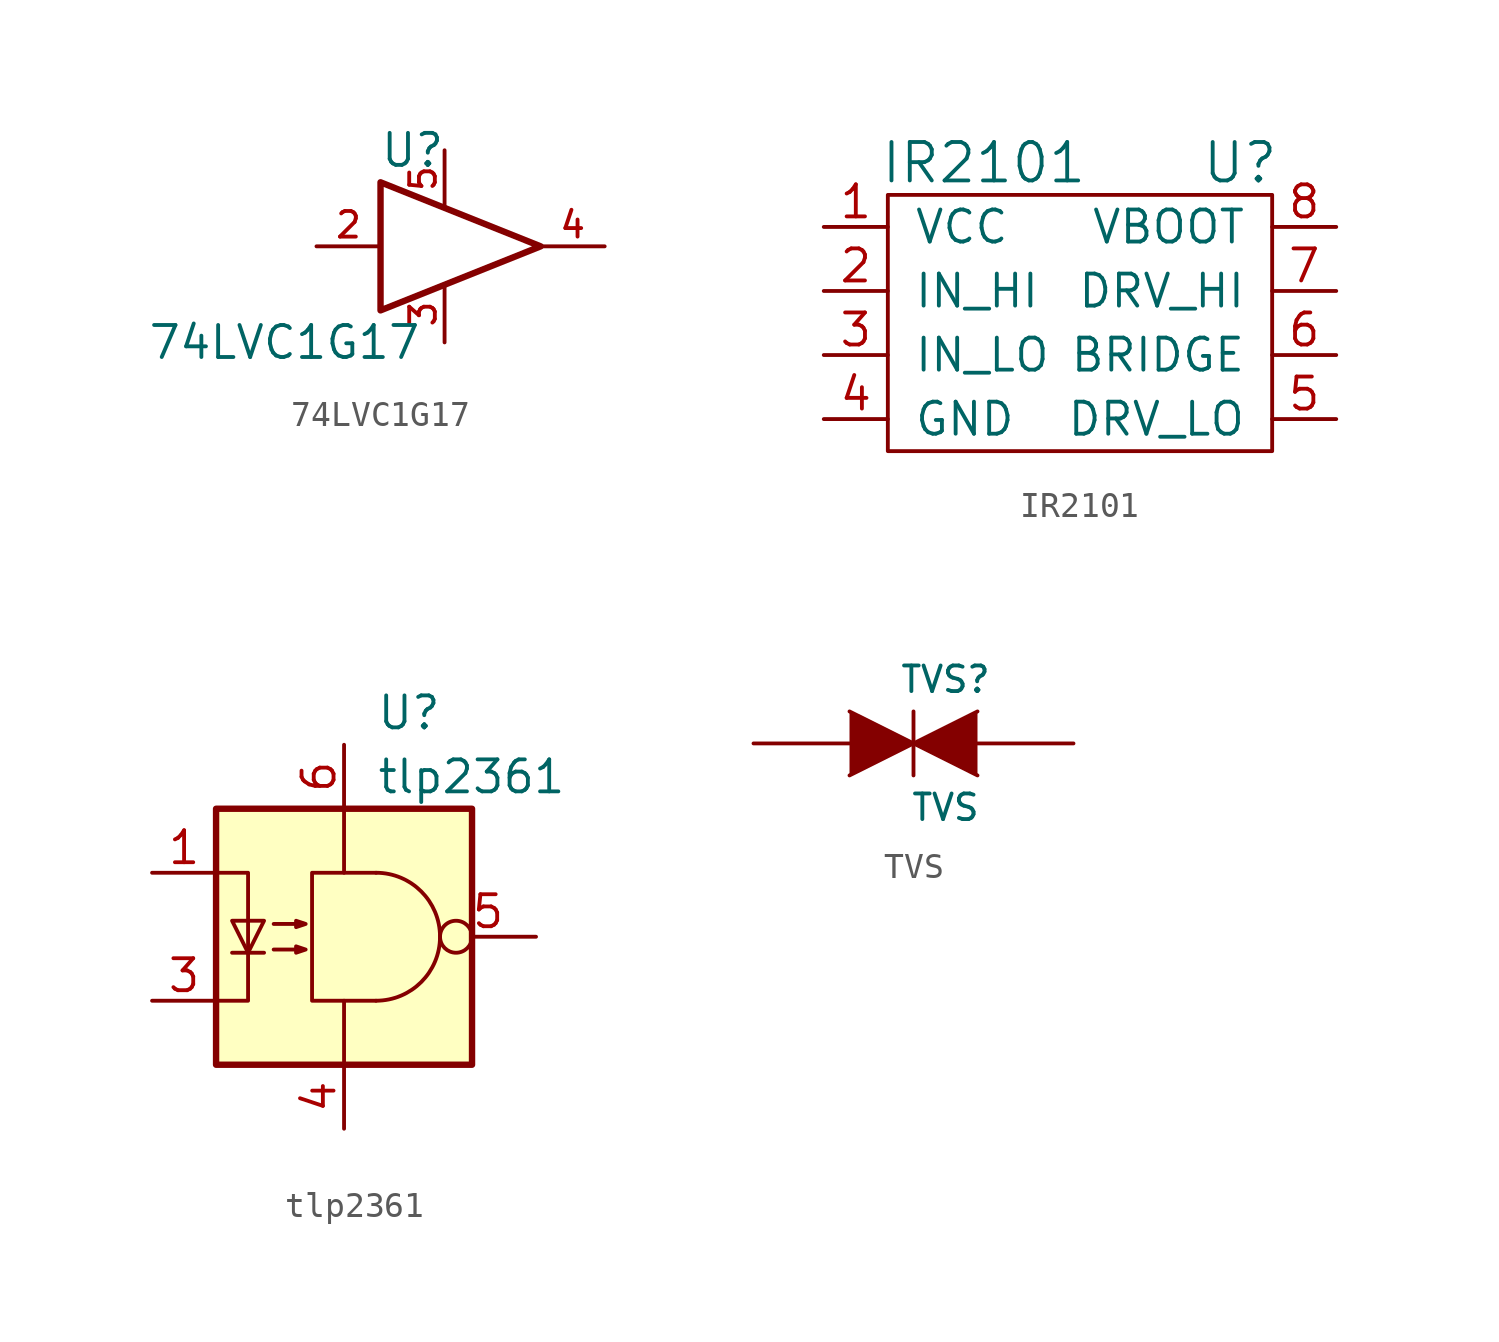
<source format=kicad_sym>
(kicad_symbol_lib
  (version 20231120)
  (generator "kicad_symbol_editor")
  (generator_version "8.0")
  (symbol "74LVC1G17"
    (pin_names
      (offset 1.016))
    (property "Reference" "U"
      (at -2.54 3.81 0)
      (effects (font (size 1.27 1.27))))
    (property "Value" "74LVC1G17"
      (at -7.62 -3.81 0)
      (effects (font (size 1.27 1.27))))
    (symbol "74LVC1G17_0_1"
      (polyline (pts (xy -3.81 2.54) (xy -3.81 -2.54) (xy 2.54 0) (xy -3.81 2.54)) (stroke (width 0.254) (type solid)) (fill (type none))))
    (symbol "74LVC1G17_1_1"
      (pin no_connect line (at 0 2.54 270) (length 1.54) hide (name "~" (effects (font (size 1.016 1.016)))) (number "1" (effects (font (size 1.016 1.016)))))
      (pin input line (at -6.35 0 0) (length 2.54) (name "~" (effects (font (size 1.016 1.016)))) (number "2" (effects (font (size 1.016 1.016)))))
      (pin power_in line (at -1.27 -3.81 90) (length 2.25) (name "~" (effects (font (size 1.016 1.016)))) (number "3" (effects (font (size 1.016 1.016)))))
      (pin output line (at 5.08 0 180) (length 2.54) (name "~" (effects (font (size 1.016 1.016)))) (number "4" (effects (font (size 1.016 1.016)))))
      (pin power_in line (at -1.27 3.81 270) (length 2.25) (name "~" (effects (font (size 1.016 1.016)))) (number "5" (effects (font (size 1.016 1.016)))))))
  (symbol "IR2101"
    (pin_names
      (offset 1.016))
    (property "Reference" "U"
      (at 6.35 -1.27 0)
      (effects (font (size 1.524 1.524))))
    (property "Value" "IR2101"
      (at -3.81 -1.27 0)
      (effects (font (size 1.524 1.524))))
    (symbol "IR2101_0_1"
      (polyline (pts (xy -7.62 -12.7) (xy -7.62 -2.54) (xy 7.62 -2.54) (xy 7.62 -12.7) (xy -7.62 -12.7)) (stroke (width 0) (type solid)) (fill (type none))))
    (symbol "IR2101_1_1"
      (pin power_in line (at -10.16 -3.81 0) (length 2.54) (name "VCC" (effects (font (size 1.27 1.27)))) (number "1" (effects (font (size 1.27 1.27)))))
      (pin input line (at -10.16 -6.35 0) (length 2.54) (name "IN_HI" (effects (font (size 1.27 1.27)))) (number "2" (effects (font (size 1.27 1.27)))))
      (pin input line (at -10.16 -8.89 0) (length 2.54) (name "IN_LO" (effects (font (size 1.27 1.27)))) (number "3" (effects (font (size 1.27 1.27)))))
      (pin input line (at -10.16 -11.43 0) (length 2.54) (name "GND" (effects (font (size 1.27 1.27)))) (number "4" (effects (font (size 1.27 1.27)))))
      (pin output line (at 10.16 -11.43 180) (length 2.54) (name "DRV_LO" (effects (font (size 1.27 1.27)))) (number "5" (effects (font (size 1.27 1.27)))))
      (pin input line (at 10.16 -8.89 180) (length 2.54) (name "BRIDGE" (effects (font (size 1.27 1.27)))) (number "6" (effects (font (size 1.27 1.27)))))
      (pin output line (at 10.16 -6.35 180) (length 2.54) (name "DRV_HI" (effects (font (size 1.27 1.27)))) (number "7" (effects (font (size 1.27 1.27)))))
      (pin input line (at 10.16 -3.81 180) (length 2.54) (name "VBOOT" (effects (font (size 1.27 1.27)))) (number "8" (effects (font (size 1.27 1.27)))))))
  (symbol "tlp2361"
    (pin_names
      (offset 1.016))
    (property "Reference" "U"
      (at 1.27 8.89 0)
      (effects (font (size 1.27 1.27)) (justify left)))
    (property "Value" "tlp2361"
      (at 1.27 6.35 0)
      (effects (font (size 1.27 1.27)) (justify left)))
    (symbol "tlp2361_0_1"
      (rectangle (start -5.08 5.08) (end 5.08 -5.08) (stroke (width 0.254) (type solid)) (fill (type background)))
      (polyline (pts (xy -4.445 -0.635) (xy -3.175 -0.635)) (stroke (width 0) (type solid)) (fill (type none)))
      (polyline (pts (xy 0 2.54) (xy 0 5.08)) (stroke (width 0) (type solid)) (fill (type none)))
      (polyline (pts (xy 0 -2.54) (xy 0 -5.08) (xy 0 -3.81)) (stroke (width 0) (type solid)) (fill (type none)))
      (polyline (pts (xy -5.08 -2.54) (xy -3.81 -2.54) (xy -3.81 2.54) (xy -5.08 2.54)) (stroke (width 0) (type solid)) (fill (type none)))
      (polyline (pts (xy -3.81 -0.635) (xy -4.445 0.635) (xy -3.175 0.635) (xy -3.81 -0.635)) (stroke (width 0) (type solid)) (fill (type none)))
      (polyline (pts (xy 1.27 -2.54) (xy -1.27 -2.54) (xy -1.27 2.54) (xy 1.27 2.54)) (stroke (width 0) (type solid)) (fill (type none)))
      (polyline (pts (xy -2.794 -0.508) (xy -1.524 -0.508) (xy -1.905 -0.635) (xy -1.905 -0.381) (xy -1.524 -0.508)) (stroke (width 0) (type solid)) (fill (type none)))
      (polyline (pts (xy -2.794 0.508) (xy -1.524 0.508) (xy -1.905 0.381) (xy -1.905 0.635) (xy -1.524 0.508)) (stroke (width 0) (type solid)) (fill (type none)))
      (arc (start 1.27 -2.54) (mid 3.81 0) (end 1.27 2.54) (stroke (width 0) (type solid)) (fill (type none))))
    (symbol "tlp2361_1_1"
      (pin passive line (at -7.62 2.54 0) (length 2.54) (name "~" (effects (font (size 1.27 1.27)))) (number "1" (effects (font (size 1.27 1.27)))))
      (pin passive line (at -7.62 -2.54 0) (length 2.54) (name "~" (effects (font (size 1.27 1.27)))) (number "3" (effects (font (size 1.27 1.27)))))
      (pin no_connect line (at -5.08 0 0) (length 2.54) hide (name "~" (effects (font (size 1.27 1.27)))) (number "3" (effects (font (size 1.27 1.27)))))
      (pin power_in line (at 0 -7.62 90) (length 2.54) (name "~" (effects (font (size 1.27 1.27)))) (number "4" (effects (font (size 1.27 1.27)))))
      (pin output inverted (at 7.62 0 180) (length 3.81) (name "~" (effects (font (size 1.27 1.27)))) (number "5" (effects (font (size 1.27 1.27)))))
      (pin power_in line (at 0 7.62 270) (length 2.54) (name "~" (effects (font (size 1.27 1.27)))) (number "6" (effects (font (size 1.27 1.27)))))))
  (symbol "TVS"
    (pin_numbers hide)
    (pin_names
      (offset 1.016) hide)
    (property "Reference" "TVS"
      (at 1.27 2.54 0)
      (effects (font (size 1.016 1.016))))
    (property "Value" "TVS"
      (at 1.27 -2.54 0)
      (effects (font (size 1.016 1.016))))
    (symbol "TVS_0_1"
      (polyline (pts (xy 0 1.27) (xy 0 -1.27)) (stroke (width 0.152) (type solid)) (fill (type none)))
      (polyline (pts (xy -2.54 1.27) (xy 0 0) (xy -2.54 -1.27)) (stroke (width 0) (type solid)) (fill (type outline)))
      (polyline (pts (xy 2.54 -1.27) (xy 0 0) (xy 2.54 1.27)) (stroke (width 0) (type solid)) (fill (type outline))))
    (symbol "TVS_1_1"
      (pin passive line (at -6.35 0 0) (length 3.81) (name "A" (effects (font (size 1.016 1.016)))) (number "1" (effects (font (size 1.016 1.016)))))
      (pin passive line (at 6.35 0 180) (length 3.81) (name "K" (effects (font (size 1.016 1.016)))) (number "2" (effects (font (size 1.016 1.016))))))))
</source>
